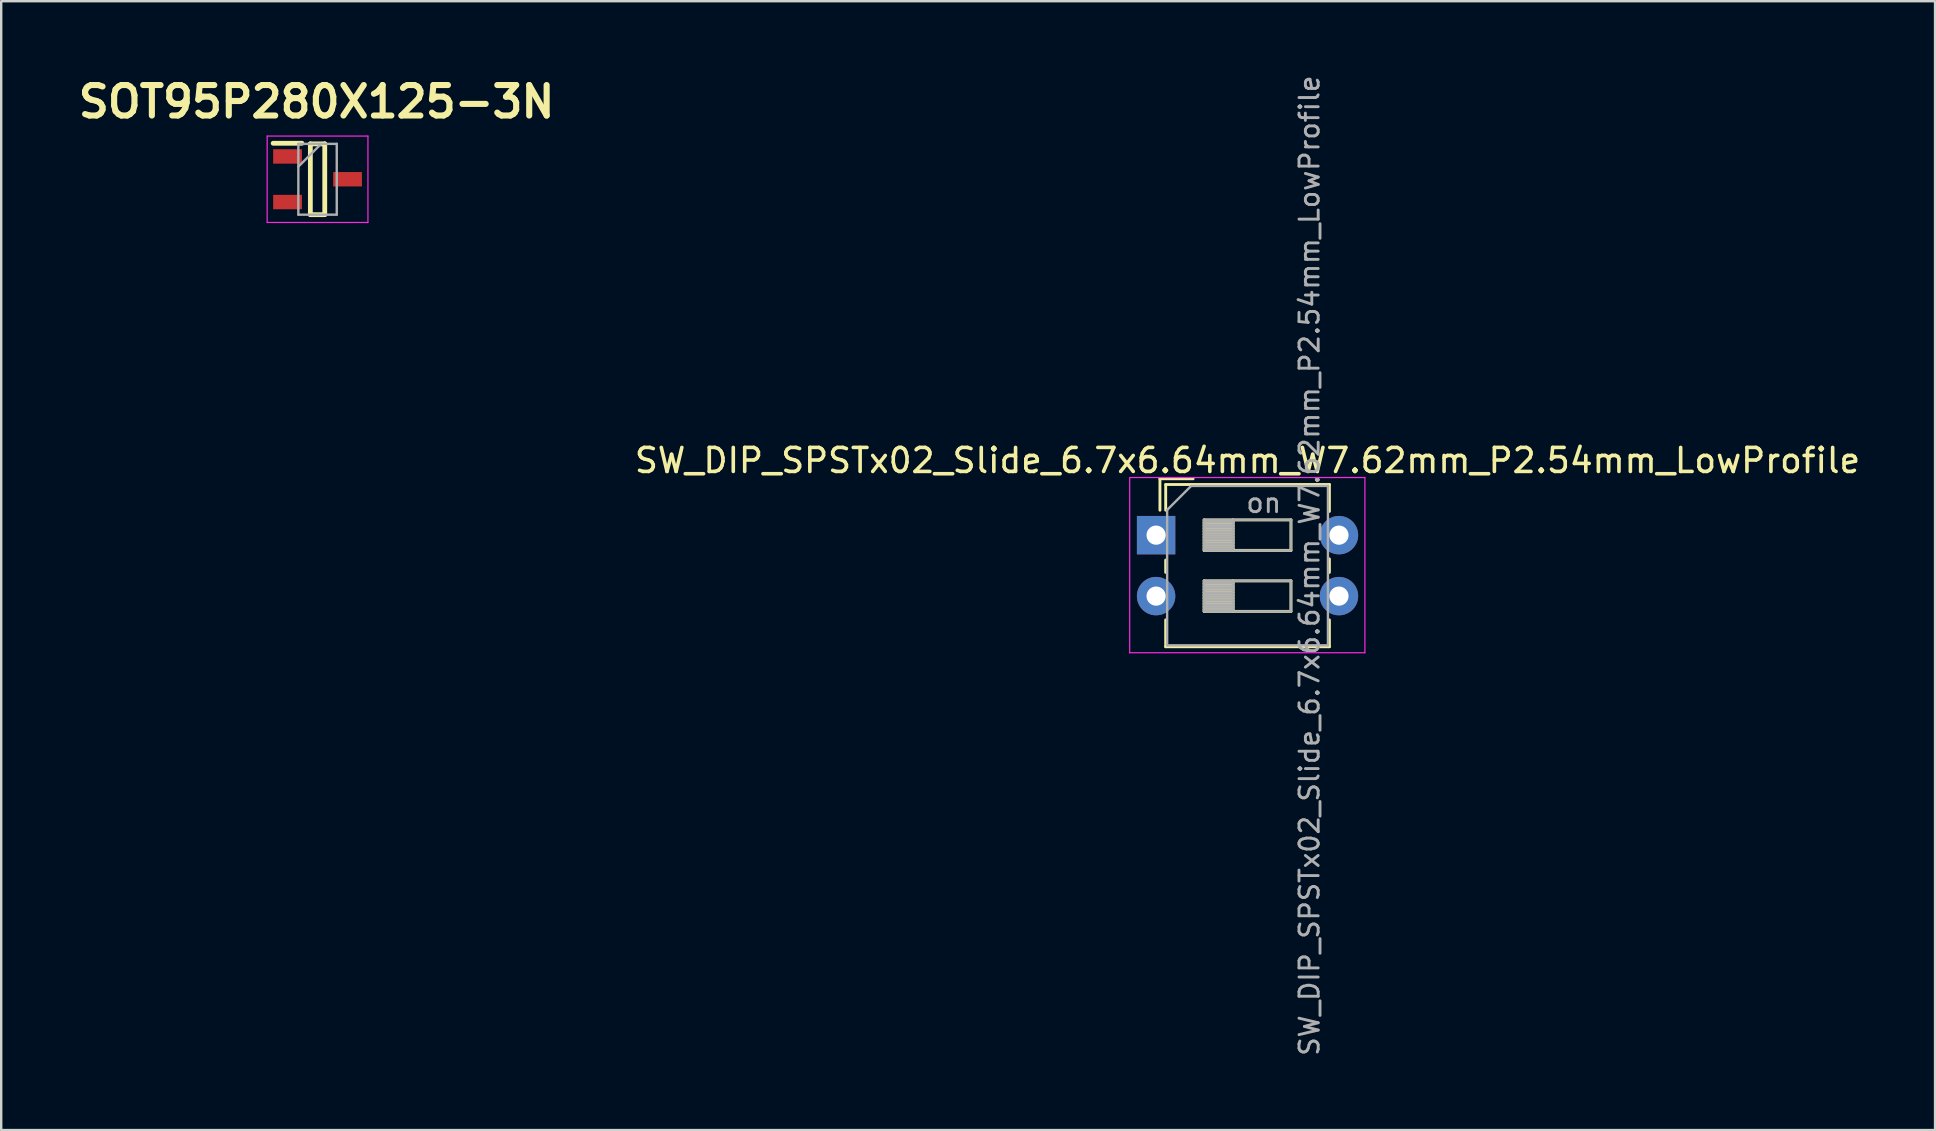
<source format=kicad_pcb>
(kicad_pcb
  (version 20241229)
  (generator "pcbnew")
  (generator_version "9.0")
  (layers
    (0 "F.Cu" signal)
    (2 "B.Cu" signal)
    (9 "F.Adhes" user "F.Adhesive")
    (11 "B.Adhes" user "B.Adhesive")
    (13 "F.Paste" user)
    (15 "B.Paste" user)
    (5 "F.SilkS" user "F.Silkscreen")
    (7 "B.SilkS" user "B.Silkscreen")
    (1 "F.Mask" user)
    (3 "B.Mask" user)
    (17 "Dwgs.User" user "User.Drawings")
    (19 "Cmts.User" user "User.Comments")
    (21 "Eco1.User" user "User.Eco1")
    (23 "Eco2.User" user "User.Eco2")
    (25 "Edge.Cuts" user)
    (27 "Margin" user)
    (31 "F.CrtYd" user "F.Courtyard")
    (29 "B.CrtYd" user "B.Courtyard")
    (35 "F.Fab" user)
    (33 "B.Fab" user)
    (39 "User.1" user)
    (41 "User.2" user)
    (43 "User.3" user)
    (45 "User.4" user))
  (footprint "SW_DIP_SPSTx02_Slide_6.7x6.64mm_W7.62mm_P2.54mm_LowProfile"
    (layer "F.Cu")
    (at 45.123 19.249)
    (property "Reference" "SW_DIP_SPSTx02_Slide_6.7x6.64mm_W7.62mm_P2.54mm_LowProfile" (at 3.81 -3.11 0) (layer "F.SilkS") (effects (font (size 1 1) (thickness 0.15))))
    (attr through_hole)
    (fp_line (start 0.16 -2.35) (end 0.16 -1.04) (stroke (width 0.12) (type solid)) (layer "F.SilkS"))
    (fp_line (start 0.16 -2.35) (end 1.543 -2.35) (stroke (width 0.12) (type solid)) (layer "F.SilkS"))
    (fp_line (start 0.4 -2.11) (end 0.4 -1.04) (stroke (width 0.12) (type solid)) (layer "F.SilkS"))
    (fp_line (start 0.4 -2.11) (end 7.221 -2.11) (stroke (width 0.12) (type solid)) (layer "F.SilkS"))
    (fp_line (start 0.4 1.04) (end 0.4 1.551) (stroke (width 0.12) (type solid)) (layer "F.SilkS"))
    (fp_line (start 0.4 3.53) (end 0.4 4.65) (stroke (width 0.12) (type solid)) (layer "F.SilkS"))
    (fp_line (start 0.4 4.65) (end 7.221 4.65) (stroke (width 0.12) (type solid)) (layer "F.SilkS"))
    (fp_line (start 2 -0.635) (end 2 0.635) (stroke (width 0.12) (type solid)) (layer "F.SilkS"))
    (fp_line (start 2 -0.515) (end 3.207 -0.515) (stroke (width 0.12) (type solid)) (layer "F.SilkS"))
    (fp_line (start 2 -0.395) (end 3.207 -0.395) (stroke (width 0.12) (type solid)) (layer "F.SilkS"))
    (fp_line (start 2 -0.275) (end 3.207 -0.275) (stroke (width 0.12) (type solid)) (layer "F.SilkS"))
    (fp_line (start 2 -0.155) (end 3.207 -0.155) (stroke (width 0.12) (type solid)) (layer "F.SilkS"))
    (fp_line (start 2 -0.035) (end 3.207 -0.035) (stroke (width 0.12) (type solid)) (layer "F.SilkS"))
    (fp_line (start 2 0.085) (end 3.207 0.085) (stroke (width 0.12) (type solid)) (layer "F.SilkS"))
    (fp_line (start 2 0.205) (end 3.207 0.205) (stroke (width 0.12) (type solid)) (layer "F.SilkS"))
    (fp_line (start 2 0.325) (end 3.207 0.325) (stroke (width 0.12) (type solid)) (layer "F.SilkS"))
    (fp_line (start 2 0.445) (end 3.207 0.445) (stroke (width 0.12) (type solid)) (layer "F.SilkS"))
    (fp_line (start 2 0.565) (end 3.207 0.565) (stroke (width 0.12) (type solid)) (layer "F.SilkS"))
    (fp_line (start 2 0.635) (end 5.62 0.635) (stroke (width 0.12) (type solid)) (layer "F.SilkS"))
    (fp_line (start 2 1.905) (end 2 3.175) (stroke (width 0.12) (type solid)) (layer "F.SilkS"))
    (fp_line (start 2 2.025) (end 3.207 2.025) (stroke (width 0.12) (type solid)) (layer "F.SilkS"))
    (fp_line (start 2 2.145) (end 3.207 2.145) (stroke (width 0.12) (type solid)) (layer "F.SilkS"))
    (fp_line (start 2 2.265) (end 3.207 2.265) (stroke (width 0.12) (type solid)) (layer "F.SilkS"))
    (fp_line (start 2 2.385) (end 3.207 2.385) (stroke (width 0.12) (type solid)) (layer "F.SilkS"))
    (fp_line (start 2 2.505) (end 3.207 2.505) (stroke (width 0.12) (type solid)) (layer "F.SilkS"))
    (fp_line (start 2 2.625) (end 3.207 2.625) (stroke (width 0.12) (type solid)) (layer "F.SilkS"))
    (fp_line (start 2 2.745) (end 3.207 2.745) (stroke (width 0.12) (type solid)) (layer "F.SilkS"))
    (fp_line (start 2 2.865) (end 3.207 2.865) (stroke (width 0.12) (type solid)) (layer "F.SilkS"))
    (fp_line (start 2 2.985) (end 3.207 2.985) (stroke (width 0.12) (type solid)) (layer "F.SilkS"))
    (fp_line (start 2 3.105) (end 3.207 3.105) (stroke (width 0.12) (type solid)) (layer "F.SilkS"))
    (fp_line (start 2 3.175) (end 5.62 3.175) (stroke (width 0.12) (type solid)) (layer "F.SilkS"))
    (fp_line (start 3.207 -0.635) (end 3.207 0.635) (stroke (width 0.12) (type solid)) (layer "F.SilkS"))
    (fp_line (start 3.207 1.905) (end 3.207 3.175) (stroke (width 0.12) (type solid)) (layer "F.SilkS"))
    (fp_line (start 5.62 -0.635) (end 2 -0.635) (stroke (width 0.12) (type solid)) (layer "F.SilkS"))
    (fp_line (start 5.62 0.635) (end 5.62 -0.635) (stroke (width 0.12) (type solid)) (layer "F.SilkS"))
    (fp_line (start 5.62 1.905) (end 2 1.905) (stroke (width 0.12) (type solid)) (layer "F.SilkS"))
    (fp_line (start 5.62 3.175) (end 5.62 1.905) (stroke (width 0.12) (type solid)) (layer "F.SilkS"))
    (fp_line (start 7.221 -2.11) (end 7.221 -0.99) (stroke (width 0.12) (type solid)) (layer "F.SilkS"))
    (fp_line (start 7.221 0.99) (end 7.221 1.551) (stroke (width 0.12) (type solid)) (layer "F.SilkS"))
    (fp_line (start 7.221 3.53) (end 7.221 4.65) (stroke (width 0.12) (type solid)) (layer "F.SilkS"))
    (fp_line (start -1.1 -2.4) (end -1.1 4.9) (stroke (width 0.05) (type solid)) (layer "F.CrtYd"))
    (fp_line (start -1.1 4.9) (end 8.7 4.9) (stroke (width 0.05) (type solid)) (layer "F.CrtYd"))
    (fp_line (start 8.7 -2.4) (end -1.1 -2.4) (stroke (width 0.05) (type solid)) (layer "F.CrtYd"))
    (fp_line (start 8.7 4.9) (end 8.7 -2.4) (stroke (width 0.05) (type solid)) (layer "F.CrtYd"))
    (fp_line (start 0.46 -1.05) (end 1.46 -2.05) (stroke (width 0.1) (type solid)) (layer "F.Fab"))
    (fp_line (start 0.46 4.59) (end 0.46 -1.05) (stroke (width 0.1) (type solid)) (layer "F.Fab"))
    (fp_line (start 1.46 -2.05) (end 7.16 -2.05) (stroke (width 0.1) (type solid)) (layer "F.Fab"))
    (fp_line (start 2 -0.635) (end 2 0.635) (stroke (width 0.1) (type solid)) (layer "F.Fab"))
    (fp_line (start 2 -0.535) (end 3.207 -0.535) (stroke (width 0.1) (type solid)) (layer "F.Fab"))
    (fp_line (start 2 -0.435) (end 3.207 -0.435) (stroke (width 0.1) (type solid)) (layer "F.Fab"))
    (fp_line (start 2 -0.335) (end 3.207 -0.335) (stroke (width 0.1) (type solid)) (layer "F.Fab"))
    (fp_line (start 2 -0.235) (end 3.207 -0.235) (stroke (width 0.1) (type solid)) (layer "F.Fab"))
    (fp_line (start 2 -0.135) (end 3.207 -0.135) (stroke (width 0.1) (type solid)) (layer "F.Fab"))
    (fp_line (start 2 -0.035) (end 3.207 -0.035) (stroke (width 0.1) (type solid)) (layer "F.Fab"))
    (fp_line (start 2 0.065) (end 3.207 0.065) (stroke (width 0.1) (type solid)) (layer "F.Fab"))
    (fp_line (start 2 0.165) (end 3.207 0.165) (stroke (width 0.1) (type solid)) (layer "F.Fab"))
    (fp_line (start 2 0.265) (end 3.207 0.265) (stroke (width 0.1) (type solid)) (layer "F.Fab"))
    (fp_line (start 2 0.365) (end 3.207 0.365) (stroke (width 0.1) (type solid)) (layer "F.Fab"))
    (fp_line (start 2 0.465) (end 3.207 0.465) (stroke (width 0.1) (type solid)) (layer "F.Fab"))
    (fp_line (start 2 0.565) (end 3.207 0.565) (stroke (width 0.1) (type solid)) (layer "F.Fab"))
    (fp_line (start 2 0.635) (end 5.62 0.635) (stroke (width 0.1) (type solid)) (layer "F.Fab"))
    (fp_line (start 2 1.905) (end 2 3.175) (stroke (width 0.1) (type solid)) (layer "F.Fab"))
    (fp_line (start 2 2.005) (end 3.207 2.005) (stroke (width 0.1) (type solid)) (layer "F.Fab"))
    (fp_line (start 2 2.105) (end 3.207 2.105) (stroke (width 0.1) (type solid)) (layer "F.Fab"))
    (fp_line (start 2 2.205) (end 3.207 2.205) (stroke (width 0.1) (type solid)) (layer "F.Fab"))
    (fp_line (start 2 2.305) (end 3.207 2.305) (stroke (width 0.1) (type solid)) (layer "F.Fab"))
    (fp_line (start 2 2.405) (end 3.207 2.405) (stroke (width 0.1) (type solid)) (layer "F.Fab"))
    (fp_line (start 2 2.505) (end 3.207 2.505) (stroke (width 0.1) (type solid)) (layer "F.Fab"))
    (fp_line (start 2 2.605) (end 3.207 2.605) (stroke (width 0.1) (type solid)) (layer "F.Fab"))
    (fp_line (start 2 2.705) (end 3.207 2.705) (stroke (width 0.1) (type solid)) (layer "F.Fab"))
    (fp_line (start 2 2.805) (end 3.207 2.805) (stroke (width 0.1) (type solid)) (layer "F.Fab"))
    (fp_line (start 2 2.905) (end 3.207 2.905) (stroke (width 0.1) (type solid)) (layer "F.Fab"))
    (fp_line (start 2 3.005) (end 3.207 3.005) (stroke (width 0.1) (type solid)) (layer "F.Fab"))
    (fp_line (start 2 3.105) (end 3.207 3.105) (stroke (width 0.1) (type solid)) (layer "F.Fab"))
    (fp_line (start 2 3.175) (end 5.62 3.175) (stroke (width 0.1) (type solid)) (layer "F.Fab"))
    (fp_line (start 3.207 -0.635) (end 3.207 0.635) (stroke (width 0.1) (type solid)) (layer "F.Fab"))
    (fp_line (start 3.207 1.905) (end 3.207 3.175) (stroke (width 0.1) (type solid)) (layer "F.Fab"))
    (fp_line (start 5.62 -0.635) (end 2 -0.635) (stroke (width 0.1) (type solid)) (layer "F.Fab"))
    (fp_line (start 5.62 0.635) (end 5.62 -0.635) (stroke (width 0.1) (type solid)) (layer "F.Fab"))
    (fp_line (start 5.62 1.905) (end 2 1.905) (stroke (width 0.1) (type solid)) (layer "F.Fab"))
    (fp_line (start 5.62 3.175) (end 5.62 1.905) (stroke (width 0.1) (type solid)) (layer "F.Fab"))
    (fp_line (start 7.16 -2.05) (end 7.16 4.59) (stroke (width 0.1) (type solid)) (layer "F.Fab"))
    (fp_line (start 7.16 4.59) (end 0.46 4.59) (stroke (width 0.1) (type solid)) (layer "F.Fab"))
    (fp_text user "${REFERENCE}" (at 6.39 1.27 90) (layer "F.Fab") (effects (font (size 0.8 0.8) (thickness 0.12))))
    (fp_text user "on" (at 4.485 -1.343 0) (layer "F.Fab") (effects (font (size 0.8 0.8) (thickness 0.12))))
    (pad "1" thru_hole rect (at 0 0) (size 1.6 1.6) (drill 0.8) (layers "*.Cu" "*.Mask"))
    (pad "2" thru_hole oval (at 0 2.54) (size 1.6 1.6) (drill 0.8) (layers "*.Cu" "*.Mask"))
    (pad "3" thru_hole oval (at 7.62 2.54) (size 1.6 1.6) (drill 0.8) (layers "*.Cu" "*.Mask"))
    (pad "4" thru_hole oval (at 7.62 0) (size 1.6 1.6) (drill 0.8) (layers "*.Cu" "*.Mask")))
  (footprint "SOT95P280X125-3N"
    (layer "F.Cu")
    (at 10.182 4.419)
    (property "Reference" "SOT95P280X125-3N" (at -0.04 -3.23 0) (layer "F.SilkS") (effects (font (size 1.27 1.27) (thickness 0.254))))
    (attr smd)
    (fp_line (start -1.85 -1.5) (end -0.65 -1.5) (stroke (width 0.2) (type solid)) (layer "F.SilkS"))
    (fp_line (start -0.3 -1.475) (end 0.3 -1.475) (stroke (width 0.2) (type solid)) (layer "F.SilkS"))
    (fp_line (start -0.3 1.475) (end -0.3 -1.475) (stroke (width 0.2) (type solid)) (layer "F.SilkS"))
    (fp_line (start 0.3 -1.475) (end 0.3 1.475) (stroke (width 0.2) (type solid)) (layer "F.SilkS"))
    (fp_line (start 0.3 1.475) (end -0.3 1.475) (stroke (width 0.2) (type solid)) (layer "F.SilkS"))
    (fp_line (start -2.1 -1.8) (end 2.1 -1.8) (stroke (width 0.05) (type solid)) (layer "F.CrtYd"))
    (fp_line (start -2.1 1.8) (end -2.1 -1.8) (stroke (width 0.05) (type solid)) (layer "F.CrtYd"))
    (fp_line (start 2.1 -1.8) (end 2.1 1.8) (stroke (width 0.05) (type solid)) (layer "F.CrtYd"))
    (fp_line (start 2.1 1.8) (end -2.1 1.8) (stroke (width 0.05) (type solid)) (layer "F.CrtYd"))
    (fp_line (start -0.8 -1.475) (end 0.8 -1.475) (stroke (width 0.1) (type solid)) (layer "F.Fab"))
    (fp_line (start -0.8 -0.525) (end 0.15 -1.475) (stroke (width 0.1) (type solid)) (layer "F.Fab"))
    (fp_line (start -0.8 1.475) (end -0.8 -1.475) (stroke (width 0.1) (type solid)) (layer "F.Fab"))
    (fp_line (start 0.8 -1.475) (end 0.8 1.475) (stroke (width 0.1) (type solid)) (layer "F.Fab"))
    (fp_line (start 0.8 1.475) (end -0.8 1.475) (stroke (width 0.1) (type solid)) (layer "F.Fab"))
    (pad "1" smd rect (at -1.25 -0.95 90) (size 0.6 1.2) (layers "F.Cu" "F.Mask" "F.Paste"))
    (pad "2" smd rect (at -1.25 0.95 90) (size 0.6 1.2) (layers "F.Cu" "F.Mask" "F.Paste"))
    (pad "3" smd rect (at 1.25 0 90) (size 0.6 1.2) (layers "F.Cu" "F.Mask" "F.Paste")))
  (gr_rect
    (start -3 -3)
    (end 77.581 44.038)
    (stroke (width 0.1) (type default))
    (fill no)
    (layer "Edge.Cuts")))
</source>
